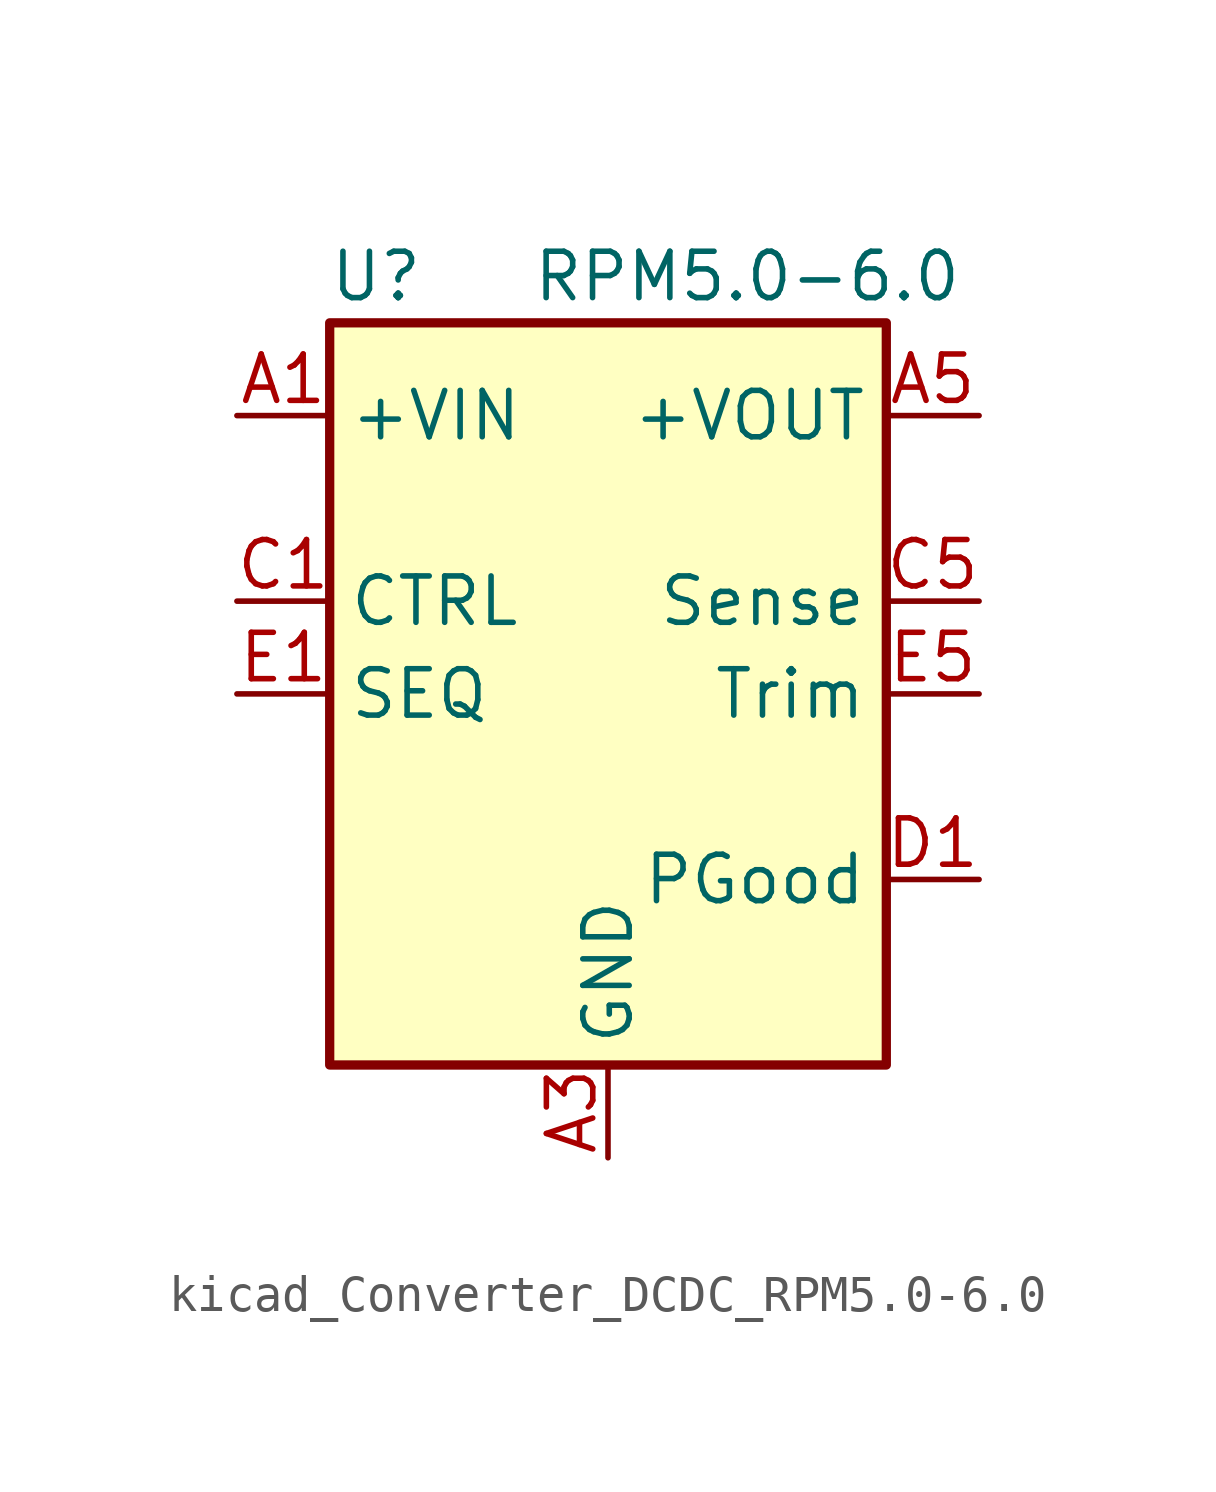
<source format=kicad_sym>
(kicad_symbol_lib
  (version 20220914)
  (generator kicad_symbol_editor)
  (symbol "kicad_Converter_DCDC_RPM5.0-6.0"
    (property "Reference" "U"
      (at -6.35 11.43 0)
      (effects (font (size 1.27 1.27))))
    (property "Value" "RPM5.0-6.0"
      (at 3.81 11.43 0)
      (effects (font (size 1.27 1.27))))
    (symbol "kicad_Converter_DCDC_RPM5.0-6.0_0_1"
      (rectangle (start -7.62 10.16) (end 7.62 -10.16) (stroke (width 0.254) (type default)) (fill (type background))))
    (symbol "kicad_Converter_DCDC_RPM5.0-6.0_1_1"
      (pin power_in line (at -10.16 7.62 0) (length 2.54) (name "+VIN" (effects (font (size 1.27 1.27)))) (number "A1" (effects (font (size 1.27 1.27)))))
      (pin passive line (at -10.16 7.62 0) (length 2.54) hide (name "+VIN" (effects (font (size 1.27 1.27)))) (number "A2" (effects (font (size 1.27 1.27)))))
      (pin power_in line (at 0 -12.7 90) (length 2.54) (name "GND" (effects (font (size 1.27 1.27)))) (number "A3" (effects (font (size 1.27 1.27)))))
      (pin passive line (at 0 -12.7 90) (length 2.54) hide (name "GND" (effects (font (size 1.27 1.27)))) (number "A4" (effects (font (size 1.27 1.27)))))
      (pin power_out line (at 10.16 7.62 180) (length 2.54) (name "+VOUT" (effects (font (size 1.27 1.27)))) (number "A5" (effects (font (size 1.27 1.27)))))
      (pin passive line (at 0 -12.7 90) (length 2.54) hide (name "GND" (effects (font (size 1.27 1.27)))) (number "B1" (effects (font (size 1.27 1.27)))))
      (pin passive line (at 0 -12.7 90) (length 2.54) hide (name "GND" (effects (font (size 1.27 1.27)))) (number "B2" (effects (font (size 1.27 1.27)))))
      (pin passive line (at 0 -12.7 90) (length 2.54) hide (name "GND" (effects (font (size 1.27 1.27)))) (number "B3" (effects (font (size 1.27 1.27)))))
      (pin passive line (at 0 -12.7 90) (length 2.54) hide (name "GND" (effects (font (size 1.27 1.27)))) (number "B4" (effects (font (size 1.27 1.27)))))
      (pin passive line (at 10.16 7.62 180) (length 2.54) hide (name "+VOUT" (effects (font (size 1.27 1.27)))) (number "B5" (effects (font (size 1.27 1.27)))))
      (pin input line (at -10.16 2.54 0) (length 2.54) (name "CTRL" (effects (font (size 1.27 1.27)))) (number "C1" (effects (font (size 1.27 1.27)))))
      (pin passive line (at 0 -12.7 90) (length 2.54) hide (name "GND" (effects (font (size 1.27 1.27)))) (number "C2" (effects (font (size 1.27 1.27)))))
      (pin passive line (at 0 -12.7 90) (length 2.54) hide (name "GND" (effects (font (size 1.27 1.27)))) (number "C3" (effects (font (size 1.27 1.27)))))
      (pin passive line (at 0 -12.7 90) (length 2.54) hide (name "GND" (effects (font (size 1.27 1.27)))) (number "C4" (effects (font (size 1.27 1.27)))))
      (pin input line (at 10.16 2.54 180) (length 2.54) (name "Sense" (effects (font (size 1.27 1.27)))) (number "C5" (effects (font (size 1.27 1.27)))))
      (pin output line (at 10.16 -5.08 180) (length 2.54) (name "PGood" (effects (font (size 1.27 1.27)))) (number "D1" (effects (font (size 1.27 1.27)))))
      (pin passive line (at 0 -12.7 90) (length 2.54) hide (name "GND" (effects (font (size 1.27 1.27)))) (number "D2" (effects (font (size 1.27 1.27)))))
      (pin passive line (at 0 -12.7 90) (length 2.54) hide (name "GND" (effects (font (size 1.27 1.27)))) (number "D3" (effects (font (size 1.27 1.27)))))
      (pin passive line (at 0 -12.7 90) (length 2.54) hide (name "GND" (effects (font (size 1.27 1.27)))) (number "D4" (effects (font (size 1.27 1.27)))))
      (pin passive line (at 0 -12.7 90) (length 2.54) hide (name "GND" (effects (font (size 1.27 1.27)))) (number "D5" (effects (font (size 1.27 1.27)))))
      (pin passive line (at -10.16 0 0) (length 2.54) (name "SEQ" (effects (font (size 1.27 1.27)))) (number "E1" (effects (font (size 1.27 1.27)))))
      (pin no_connect line (at -7.62 -5.08 0) (length 2.54) hide (name "NC" (effects (font (size 1.27 1.27)))) (number "E2" (effects (font (size 1.27 1.27)))))
      (pin passive line (at 0 -12.7 90) (length 2.54) hide (name "GND" (effects (font (size 1.27 1.27)))) (number "E3" (effects (font (size 1.27 1.27)))))
      (pin passive line (at 0 -12.7 90) (length 2.54) hide (name "GND" (effects (font (size 1.27 1.27)))) (number "E4" (effects (font (size 1.27 1.27)))))
      (pin input line (at 10.16 0 180) (length 2.54) (name "Trim" (effects (font (size 1.27 1.27)))) (number "E5" (effects (font (size 1.27 1.27))))))))
</source>
